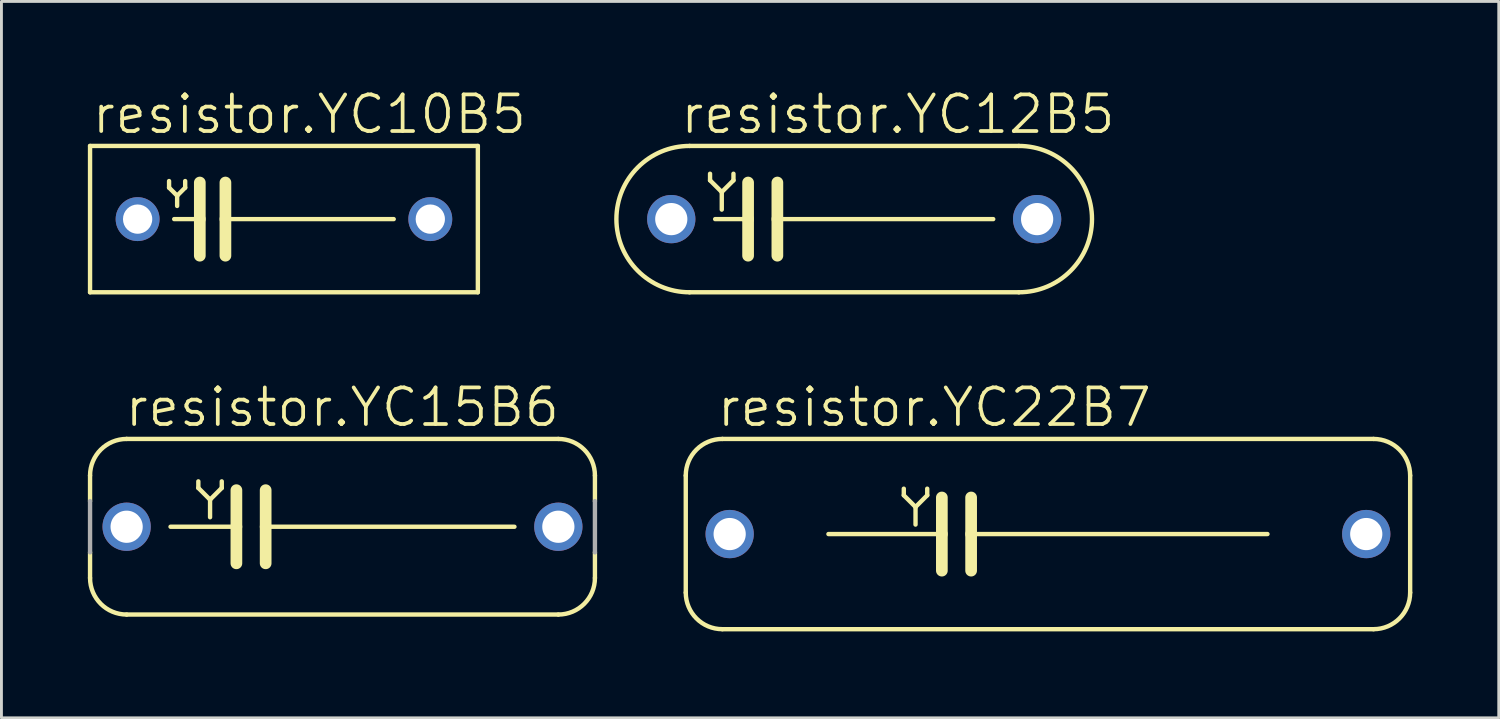
<source format=kicad_pcb>
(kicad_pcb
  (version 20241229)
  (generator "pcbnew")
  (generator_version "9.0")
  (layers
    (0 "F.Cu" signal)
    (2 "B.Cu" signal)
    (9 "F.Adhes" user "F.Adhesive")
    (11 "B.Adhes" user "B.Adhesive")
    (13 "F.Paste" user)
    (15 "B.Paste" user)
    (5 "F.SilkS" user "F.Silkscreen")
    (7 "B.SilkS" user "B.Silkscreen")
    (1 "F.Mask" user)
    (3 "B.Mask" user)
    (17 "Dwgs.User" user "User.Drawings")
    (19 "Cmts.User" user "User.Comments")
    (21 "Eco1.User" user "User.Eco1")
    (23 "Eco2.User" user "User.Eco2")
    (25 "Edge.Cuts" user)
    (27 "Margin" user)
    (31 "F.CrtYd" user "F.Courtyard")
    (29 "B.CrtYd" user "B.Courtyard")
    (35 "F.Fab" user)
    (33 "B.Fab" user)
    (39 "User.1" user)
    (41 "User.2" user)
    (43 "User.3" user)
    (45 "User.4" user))
  (footprint "resistor.YC15B6"
    (layer "F.Cu")
    (at 8.839 15.235)
    (property "Reference" "resistor.YC15B6" (at -7.62 -3.404 0) (layer "F.SilkS") (effects (font (size 1.27 1.27) (thickness 0.13)) (justify left bottom)))
    (attr through_hole)
    (fp_line (start -8.763 -0.889) (end -8.763 -1.778) (stroke (width 0.152) (type default)) (layer "F.SilkS"))
    (fp_line (start -8.763 1.778) (end -8.763 0.889) (stroke (width 0.152) (type default)) (layer "F.SilkS"))
    (fp_line (start -7.493 -3.048) (end 7.493 -3.048) (stroke (width 0.152) (type default)) (layer "F.SilkS"))
    (fp_line (start -7.493 3.048) (end 7.493 3.048) (stroke (width 0.152) (type default)) (layer "F.SilkS"))
    (fp_line (start -5.969 0) (end -3.683 0) (stroke (width 0.152) (type default)) (layer "F.SilkS"))
    (fp_line (start -5.004 -1.575) (end -5.004 -1.346) (stroke (width 0.152) (type default)) (layer "F.SilkS"))
    (fp_line (start -5.004 -1.346) (end -4.597 -0.94) (stroke (width 0.152) (type default)) (layer "F.SilkS"))
    (fp_line (start -4.597 -0.94) (end -4.597 -0.33) (stroke (width 0.152) (type default)) (layer "F.SilkS"))
    (fp_line (start -4.597 -0.94) (end -4.191 -1.346) (stroke (width 0.152) (type default)) (layer "F.SilkS"))
    (fp_line (start -4.191 -1.346) (end -4.191 -1.575) (stroke (width 0.152) (type default)) (layer "F.SilkS"))
    (fp_line (start -3.683 -1.27) (end -3.683 0) (stroke (width 0.406) (type default)) (layer "F.SilkS"))
    (fp_line (start -3.683 0) (end -3.683 1.27) (stroke (width 0.406) (type default)) (layer "F.SilkS"))
    (fp_line (start -2.667 -1.27) (end -2.667 0) (stroke (width 0.406) (type default)) (layer "F.SilkS"))
    (fp_line (start -2.667 0) (end -2.667 1.27) (stroke (width 0.406) (type default)) (layer "F.SilkS"))
    (fp_line (start 5.969 0) (end -2.667 0) (stroke (width 0.152) (type default)) (layer "F.SilkS"))
    (fp_line (start 8.763 -0.889) (end 8.763 -1.778) (stroke (width 0.152) (type default)) (layer "F.SilkS"))
    (fp_line (start 8.763 1.778) (end 8.763 0.889) (stroke (width 0.152) (type default)) (layer "F.SilkS"))
    (fp_arc (start -8.763 -1.778) (mid -8.391026 -2.676026) (end -7.493 -3.048) (stroke (width 0.1524) (type default)) (layer "F.SilkS"))
    (fp_arc (start -7.493 3.048) (mid -8.391026 2.676026) (end -8.763 1.778) (stroke (width 0.1524) (type default)) (layer "F.SilkS"))
    (fp_arc (start 7.493 -3.048) (mid 8.391026 -2.676026) (end 8.763 -1.778) (stroke (width 0.1524) (type default)) (layer "F.SilkS"))
    (fp_arc (start 8.763 1.778) (mid 8.391026 2.676026) (end 7.493 3.048) (stroke (width 0.1524) (type default)) (layer "F.SilkS"))
    (fp_line (start -8.763 0.889) (end -8.763 -0.889) (stroke (width 0.152) (type default)) (layer "F.Fab"))
    (fp_line (start 8.763 0.889) (end 8.763 -0.889) (stroke (width 0.152) (type default)) (layer "F.Fab"))
    (pad "1" thru_hole circle (at -7.493 0) (size 1.676 1.676) (drill 1.118) (layers "*.Cu" "*.Mask"))
    (pad "2" thru_hole circle (at 7.493 0) (size 1.676 1.676) (drill 1.118) (layers "*.Cu" "*.Mask")))
  (footprint "resistor.YC12B5"
    (layer "F.Cu")
    (at 26.602 4.556)
    (property "Reference" "resistor.YC12B5" (at -6.096 -2.896 0) (layer "F.SilkS") (effects (font (size 1.27 1.27) (thickness 0.13)) (justify left bottom)))
    (attr through_hole)
    (fp_line (start -5.715 -2.54) (end 5.715 -2.54) (stroke (width 0.152) (type default)) (layer "F.SilkS"))
    (fp_line (start -5.715 2.54) (end 5.715 2.54) (stroke (width 0.152) (type default)) (layer "F.SilkS"))
    (fp_line (start -5.004 -1.575) (end -5.004 -1.346) (stroke (width 0.152) (type default)) (layer "F.SilkS"))
    (fp_line (start -5.004 -1.346) (end -4.597 -0.94) (stroke (width 0.152) (type default)) (layer "F.SilkS"))
    (fp_line (start -4.826 0) (end -3.683 0) (stroke (width 0.152) (type default)) (layer "F.SilkS"))
    (fp_line (start -4.597 -0.94) (end -4.597 -0.33) (stroke (width 0.152) (type default)) (layer "F.SilkS"))
    (fp_line (start -4.597 -0.94) (end -4.191 -1.346) (stroke (width 0.152) (type default)) (layer "F.SilkS"))
    (fp_line (start -4.191 -1.346) (end -4.191 -1.575) (stroke (width 0.152) (type default)) (layer "F.SilkS"))
    (fp_line (start -3.683 -1.27) (end -3.683 0) (stroke (width 0.406) (type default)) (layer "F.SilkS"))
    (fp_line (start -3.683 0) (end -3.683 1.27) (stroke (width 0.406) (type default)) (layer "F.SilkS"))
    (fp_line (start -2.667 -1.27) (end -2.667 0) (stroke (width 0.406) (type default)) (layer "F.SilkS"))
    (fp_line (start -2.667 0) (end -2.667 1.27) (stroke (width 0.406) (type default)) (layer "F.SilkS"))
    (fp_line (start 4.826 0) (end -2.667 0) (stroke (width 0.152) (type default)) (layer "F.SilkS"))
    (fp_arc (start -5.715 2.54) (mid -8.255 0) (end -5.715 -2.54) (stroke (width 0.1524) (type default)) (layer "F.SilkS"))
    (fp_arc (start 5.715 -2.54) (mid 8.255 0) (end 5.715 2.54) (stroke (width 0.1524) (type default)) (layer "F.SilkS"))
    (pad "1" thru_hole circle (at -6.35 0) (size 1.676 1.676) (drill 1.118) (layers "*.Cu" "*.Mask"))
    (pad "2" thru_hole circle (at 6.35 0) (size 1.676 1.676) (drill 1.118) (layers "*.Cu" "*.Mask")))
  (footprint "resistor.YC10B5"
    (layer "F.Cu")
    (at 6.807 4.556)
    (property "Reference" "resistor.YC10B5" (at -6.731 -2.896 0) (layer "F.SilkS") (effects (font (size 1.27 1.27) (thickness 0.13)) (justify left bottom)))
    (attr through_hole)
    (fp_line (start -6.731 -2.54) (end 6.731 -2.54) (stroke (width 0.152) (type default)) (layer "F.SilkS"))
    (fp_line (start -6.731 2.54) (end -6.731 -2.54) (stroke (width 0.152) (type default)) (layer "F.SilkS"))
    (fp_line (start -3.988 -1.321) (end -3.988 -1.092) (stroke (width 0.152) (type default)) (layer "F.SilkS"))
    (fp_line (start -3.988 -1.092) (end -3.708 -0.813) (stroke (width 0.152) (type default)) (layer "F.SilkS"))
    (fp_line (start -3.81 0) (end -2.921 0) (stroke (width 0.152) (type default)) (layer "F.SilkS"))
    (fp_line (start -3.708 -0.813) (end -3.708 -0.457) (stroke (width 0.152) (type default)) (layer "F.SilkS"))
    (fp_line (start -3.708 -0.813) (end -3.429 -1.092) (stroke (width 0.152) (type default)) (layer "F.SilkS"))
    (fp_line (start -3.429 -1.092) (end -3.429 -1.321) (stroke (width 0.152) (type default)) (layer "F.SilkS"))
    (fp_line (start -2.921 -1.27) (end -2.921 0) (stroke (width 0.406) (type default)) (layer "F.SilkS"))
    (fp_line (start -2.921 0) (end -2.921 1.27) (stroke (width 0.406) (type default)) (layer "F.SilkS"))
    (fp_line (start -2.032 -1.27) (end -2.032 0) (stroke (width 0.406) (type default)) (layer "F.SilkS"))
    (fp_line (start -2.032 0) (end -2.032 1.27) (stroke (width 0.406) (type default)) (layer "F.SilkS"))
    (fp_line (start 3.81 0) (end -2.032 0) (stroke (width 0.152) (type default)) (layer "F.SilkS"))
    (fp_line (start 6.731 -2.54) (end 6.731 2.54) (stroke (width 0.152) (type default)) (layer "F.SilkS"))
    (fp_line (start 6.731 2.54) (end -6.731 2.54) (stroke (width 0.152) (type default)) (layer "F.SilkS"))
    (pad "1" thru_hole circle (at -5.08 0) (size 1.524 1.524) (drill 1.016) (layers "*.Cu" "*.Mask"))
    (pad "2" thru_hole circle (at 5.08 0) (size 1.524 1.524) (drill 1.016) (layers "*.Cu" "*.Mask")))
  (footprint "resistor.YC22B7"
    (layer "F.Cu")
    (at 33.328 15.489)
    (property "Reference" "resistor.YC22B7" (at -11.557 -3.658 0) (layer "F.SilkS") (effects (font (size 1.27 1.27) (thickness 0.13)) (justify left bottom)))
    (attr through_hole)
    (fp_line (start -12.573 2.032) (end -12.573 -2.032) (stroke (width 0.152) (type default)) (layer "F.SilkS"))
    (fp_line (start -11.303 -3.302) (end 11.303 -3.302) (stroke (width 0.152) (type default)) (layer "F.SilkS"))
    (fp_line (start -11.303 3.302) (end 11.303 3.302) (stroke (width 0.152) (type default)) (layer "F.SilkS"))
    (fp_line (start -7.62 0) (end -3.683 0) (stroke (width 0.152) (type default)) (layer "F.SilkS"))
    (fp_line (start -5.004 -1.575) (end -5.004 -1.346) (stroke (width 0.152) (type default)) (layer "F.SilkS"))
    (fp_line (start -5.004 -1.346) (end -4.597 -0.94) (stroke (width 0.152) (type default)) (layer "F.SilkS"))
    (fp_line (start -4.597 -0.94) (end -4.597 -0.33) (stroke (width 0.152) (type default)) (layer "F.SilkS"))
    (fp_line (start -4.597 -0.94) (end -4.191 -1.346) (stroke (width 0.152) (type default)) (layer "F.SilkS"))
    (fp_line (start -4.191 -1.346) (end -4.191 -1.575) (stroke (width 0.152) (type default)) (layer "F.SilkS"))
    (fp_line (start -3.683 -1.27) (end -3.683 0) (stroke (width 0.406) (type default)) (layer "F.SilkS"))
    (fp_line (start -3.683 0) (end -3.683 1.27) (stroke (width 0.406) (type default)) (layer "F.SilkS"))
    (fp_line (start -2.667 -1.27) (end -2.667 0) (stroke (width 0.406) (type default)) (layer "F.SilkS"))
    (fp_line (start -2.667 0) (end -2.667 1.27) (stroke (width 0.406) (type default)) (layer "F.SilkS"))
    (fp_line (start 7.62 0) (end -2.667 0) (stroke (width 0.152) (type default)) (layer "F.SilkS"))
    (fp_line (start 12.573 2.032) (end 12.573 -2.032) (stroke (width 0.152) (type default)) (layer "F.SilkS"))
    (fp_arc (start -12.573 -2.032) (mid -12.201026 -2.930026) (end -11.303 -3.302) (stroke (width 0.1524) (type default)) (layer "F.SilkS"))
    (fp_arc (start -11.303 3.302) (mid -12.201026 2.930026) (end -12.573 2.032) (stroke (width 0.1524) (type default)) (layer "F.SilkS"))
    (fp_arc (start 11.303 -3.302) (mid 12.201026 -2.930026) (end 12.573 -2.032) (stroke (width 0.1524) (type default)) (layer "F.SilkS"))
    (fp_arc (start 12.573 2.032) (mid 12.201026 2.930026) (end 11.303 3.302) (stroke (width 0.1524) (type default)) (layer "F.SilkS"))
    (pad "1" thru_hole circle (at -11.049 0) (size 1.676 1.676) (drill 1.118) (layers "*.Cu" "*.Mask"))
    (pad "2" thru_hole circle (at 11.049 0) (size 1.676 1.676) (drill 1.118) (layers "*.Cu" "*.Mask")))
  (gr_rect
    (start -3 -3)
    (end 48.977 21.868)
    (stroke (width 0.1) (type default))
    (fill no)
    (layer "Edge.Cuts")))
</source>
